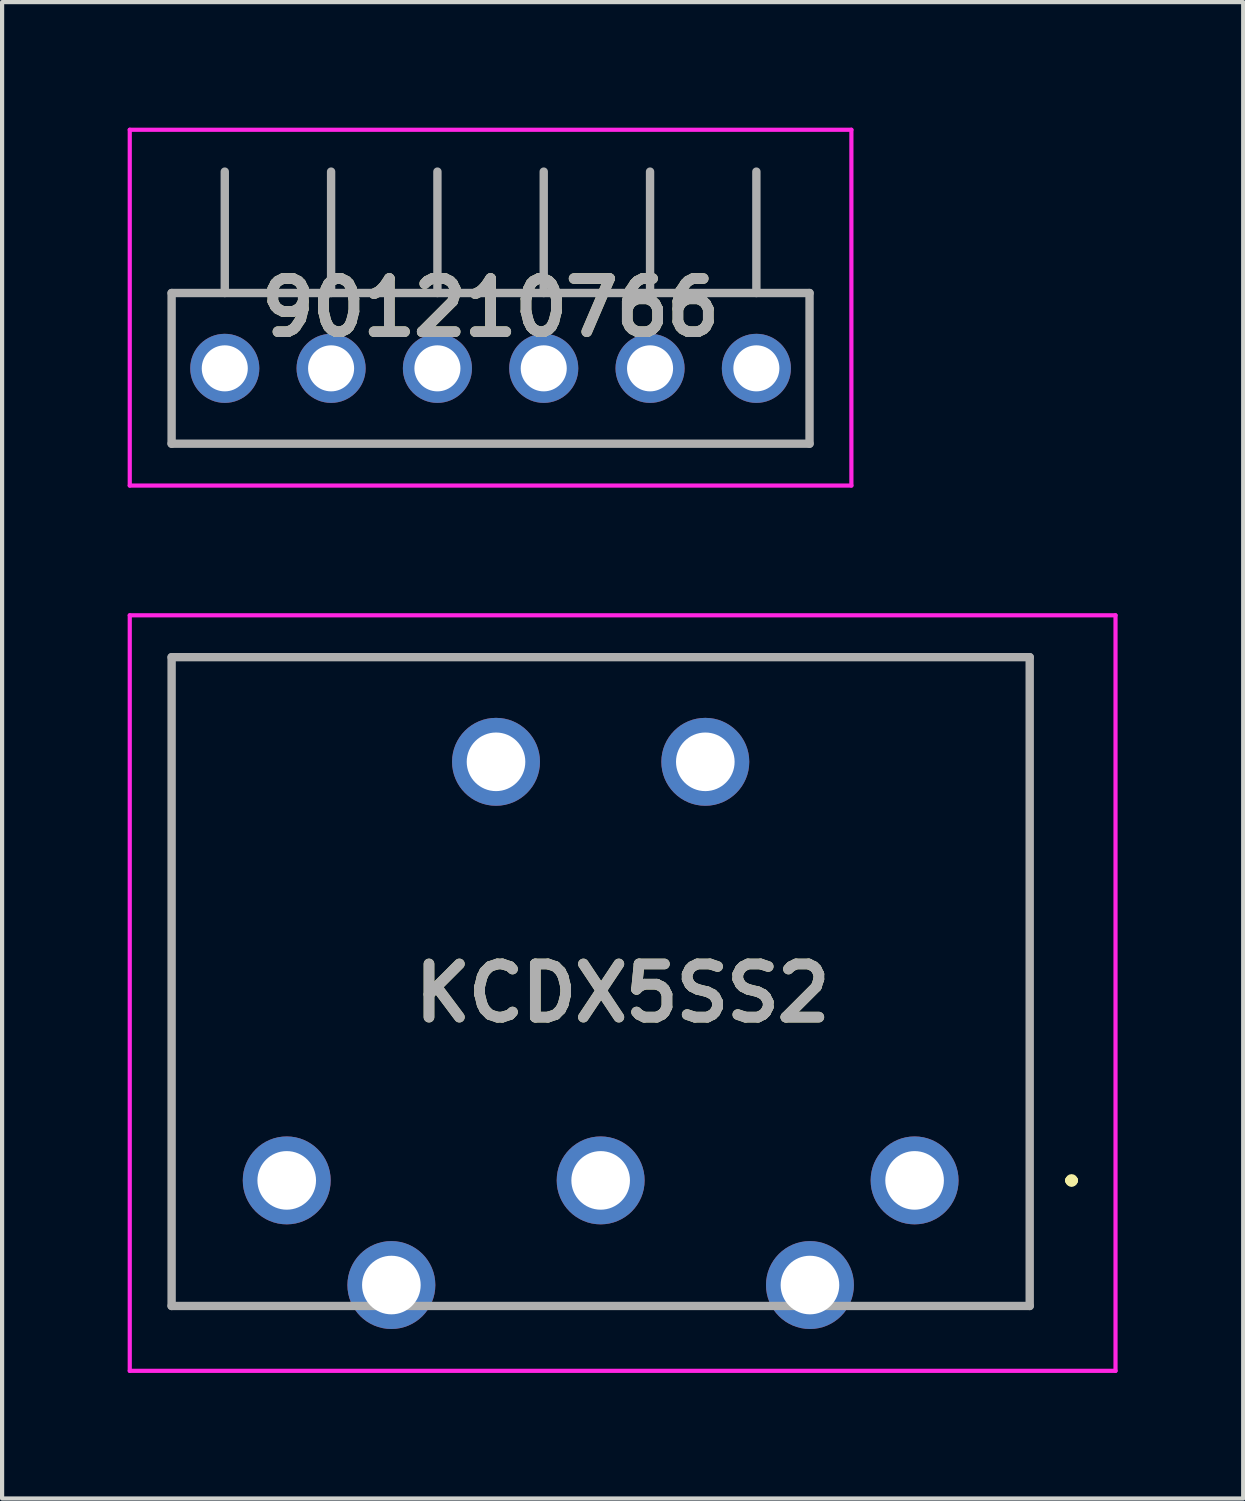
<source format=kicad_pcb>
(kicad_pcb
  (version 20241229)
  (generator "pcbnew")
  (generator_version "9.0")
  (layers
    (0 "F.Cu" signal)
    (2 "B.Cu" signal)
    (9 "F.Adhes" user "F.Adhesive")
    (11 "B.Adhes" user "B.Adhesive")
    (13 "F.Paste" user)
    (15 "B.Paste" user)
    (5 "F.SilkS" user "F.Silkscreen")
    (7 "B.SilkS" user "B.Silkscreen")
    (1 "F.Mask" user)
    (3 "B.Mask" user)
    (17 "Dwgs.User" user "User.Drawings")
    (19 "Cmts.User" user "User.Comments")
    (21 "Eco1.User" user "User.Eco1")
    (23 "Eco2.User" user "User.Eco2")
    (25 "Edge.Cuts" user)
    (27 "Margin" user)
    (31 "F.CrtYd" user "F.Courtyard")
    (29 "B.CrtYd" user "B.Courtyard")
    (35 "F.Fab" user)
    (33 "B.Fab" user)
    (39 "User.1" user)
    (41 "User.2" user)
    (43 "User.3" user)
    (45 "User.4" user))
  (footprint "KCDX5SS2"
    (layer "F.Cu")
    (at 18.8 25.15)
    (property "Reference" "KCDX5SS2" (at -6.975 -4.475 0) (layer "F.SilkS") (effects (font (size 1.27 1.27) (thickness 0.254))))
    (attr through_hole)
    (fp_line (start -17.75 -12.5) (end -17.75 -12.5) (stroke (width 0.1) (type solid)) (layer "F.SilkS"))
    (fp_line (start -17.75 -12.5) (end -17.75 -12.5) (stroke (width 0.1) (type solid)) (layer "F.SilkS"))
    (fp_line (start -17.75 -12.5) (end -17.75 3) (stroke (width 0.1) (type solid)) (layer "F.SilkS"))
    (fp_line (start -17.75 -12.5) (end 2.75 -12.5) (stroke (width 0.1) (type solid)) (layer "F.SilkS"))
    (fp_line (start -17.75 3) (end -17.75 -12.5) (stroke (width 0.1) (type solid)) (layer "F.SilkS"))
    (fp_line (start -17.75 3) (end -17.75 3) (stroke (width 0.1) (type solid)) (layer "F.SilkS"))
    (fp_line (start -17.75 3) (end -17.75 3) (stroke (width 0.1) (type solid)) (layer "F.SilkS"))
    (fp_line (start -17.75 3) (end -14.25 3) (stroke (width 0.1) (type solid)) (layer "F.SilkS"))
    (fp_line (start -14.25 3) (end -17.75 3) (stroke (width 0.1) (type solid)) (layer "F.SilkS"))
    (fp_line (start -14.25 3) (end -14.25 3) (stroke (width 0.1) (type solid)) (layer "F.SilkS"))
    (fp_line (start -10.75 3) (end -10.75 3) (stroke (width 0.1) (type solid)) (layer "F.SilkS"))
    (fp_line (start -10.75 3) (end -4.25 3) (stroke (width 0.1) (type solid)) (layer "F.SilkS"))
    (fp_line (start -4.25 3) (end -10.75 3) (stroke (width 0.1) (type solid)) (layer "F.SilkS"))
    (fp_line (start -4.25 3) (end -4.25 3) (stroke (width 0.1) (type solid)) (layer "F.SilkS"))
    (fp_line (start -0.75 3) (end -0.75 3) (stroke (width 0.1) (type solid)) (layer "F.SilkS"))
    (fp_line (start -0.75 3) (end 2.75 3) (stroke (width 0.1) (type solid)) (layer "F.SilkS"))
    (fp_line (start 2.75 -12.5) (end -17.75 -12.5) (stroke (width 0.1) (type solid)) (layer "F.SilkS"))
    (fp_line (start 2.75 -12.5) (end 2.75 -12.5) (stroke (width 0.1) (type solid)) (layer "F.SilkS"))
    (fp_line (start 2.75 -12.5) (end 2.75 -12.5) (stroke (width 0.1) (type solid)) (layer "F.SilkS"))
    (fp_line (start 2.75 -12.5) (end 2.75 3) (stroke (width 0.1) (type solid)) (layer "F.SilkS"))
    (fp_line (start 2.75 3) (end -0.75 3) (stroke (width 0.1) (type solid)) (layer "F.SilkS"))
    (fp_line (start 2.75 3) (end 2.75 -12.5) (stroke (width 0.1) (type solid)) (layer "F.SilkS"))
    (fp_line (start 2.75 3) (end 2.75 3) (stroke (width 0.1) (type solid)) (layer "F.SilkS"))
    (fp_line (start 2.75 3) (end 2.75 3) (stroke (width 0.1) (type solid)) (layer "F.SilkS"))
    (fp_line (start 3.7 0) (end 3.7 0) (stroke (width 0.2) (type solid)) (layer "F.SilkS"))
    (fp_line (start 3.7 0) (end 3.7 0) (stroke (width 0.2) (type solid)) (layer "F.SilkS"))
    (fp_line (start 3.8 0) (end 3.8 0) (stroke (width 0.2) (type solid)) (layer "F.SilkS"))
    (fp_arc (start 3.7 0) (mid 3.75 -0.05) (end 3.8 0) (stroke (width 0.2) (type solid)) (layer "F.SilkS"))
    (fp_arc (start 3.8 0) (mid 3.75 0.05) (end 3.7 0) (stroke (width 0.2) (type solid)) (layer "F.SilkS"))
    (fp_arc (start 3.8 0) (mid 3.75 0.05) (end 3.7 0) (stroke (width 0.2) (type solid)) (layer "F.SilkS"))
    (fp_line (start -18.75 -13.5) (end 4.8 -13.5) (stroke (width 0.1) (type solid)) (layer "F.CrtYd"))
    (fp_line (start -18.75 4.55) (end -18.75 -13.5) (stroke (width 0.1) (type solid)) (layer "F.CrtYd"))
    (fp_line (start 4.8 -13.5) (end 4.8 4.55) (stroke (width 0.1) (type solid)) (layer "F.CrtYd"))
    (fp_line (start 4.8 4.55) (end -18.75 4.55) (stroke (width 0.1) (type solid)) (layer "F.CrtYd"))
    (fp_line (start -17.75 -12.5) (end -17.75 3) (stroke (width 0.2) (type solid)) (layer "F.Fab"))
    (fp_line (start -17.75 3) (end 2.75 3) (stroke (width 0.2) (type solid)) (layer "F.Fab"))
    (fp_line (start 2.75 -12.5) (end -17.75 -12.5) (stroke (width 0.2) (type solid)) (layer "F.Fab"))
    (fp_line (start 2.75 3) (end 2.75 -12.5) (stroke (width 0.2) (type solid)) (layer "F.Fab"))
    (fp_text user "${REFERENCE}" (at -6.975 -4.475 0) (layer "F.Fab") (effects (font (size 1.27 1.27) (thickness 0.254))))
    (pad "1" thru_hole circle (at 0 0) (size 2.1 2.1) (drill 1.4) (layers "*.Cu" "*.Mask"))
    (pad "2" thru_hole circle (at -7.5 0) (size 2.1 2.1) (drill 1.4) (layers "*.Cu" "*.Mask"))
    (pad "3" thru_hole circle (at -15 0) (size 2.1 2.1) (drill 1.4) (layers "*.Cu" "*.Mask"))
    (pad "4" thru_hole circle (at -2.5 2.5) (size 2.1 2.1) (drill 1.4) (layers "*.Cu" "*.Mask"))
    (pad "5" thru_hole circle (at -12.5 2.5) (size 2.1 2.1) (drill 1.4) (layers "*.Cu" "*.Mask"))
    (pad "MH1" thru_hole circle (at -5 -10) (size 2.1 2.1) (drill 1.4) (layers "*.Cu" "*.Mask"))
    (pad "MH2" thru_hole circle (at -10 -10) (size 2.1 2.1) (drill 1.4) (layers "*.Cu" "*.Mask")))
  (footprint "901210766"
    (layer "F.Cu")
    (at 8.67 4.3)
    (property "Reference" "901210766" (at 0 0 0) (layer "F.SilkS") (effects (font (size 1.27 1.27) (thickness 0.254))))
    (attr through_hole)
    (fp_line (start -7.62 -0.35) (end 7.62 -0.35) (stroke (width 0.1) (type solid)) (layer "F.SilkS"))
    (fp_line (start -7.62 3.25) (end -7.62 -0.35) (stroke (width 0.1) (type solid)) (layer "F.SilkS"))
    (fp_line (start -6.35 -0.35) (end -6.35 -3.25) (stroke (width 0.1) (type solid)) (layer "F.SilkS"))
    (fp_line (start -3.81 -0.35) (end -3.81 -3.25) (stroke (width 0.1) (type solid)) (layer "F.SilkS"))
    (fp_line (start -1.27 -0.35) (end -1.27 -3.25) (stroke (width 0.1) (type solid)) (layer "F.SilkS"))
    (fp_line (start 1.27 -0.35) (end 1.27 -3.25) (stroke (width 0.1) (type solid)) (layer "F.SilkS"))
    (fp_line (start 3.81 -0.35) (end 3.81 -3.25) (stroke (width 0.1) (type solid)) (layer "F.SilkS"))
    (fp_line (start 6.35 -0.35) (end 6.35 -3.25) (stroke (width 0.1) (type solid)) (layer "F.SilkS"))
    (fp_line (start 7.62 -0.35) (end 7.62 3.25) (stroke (width 0.1) (type solid)) (layer "F.SilkS"))
    (fp_line (start 7.62 3.25) (end -7.62 3.25) (stroke (width 0.1) (type solid)) (layer "F.SilkS"))
    (fp_line (start -8.62 -4.25) (end 8.62 -4.25) (stroke (width 0.1) (type solid)) (layer "F.CrtYd"))
    (fp_line (start -8.62 4.25) (end -8.62 -4.25) (stroke (width 0.1) (type solid)) (layer "F.CrtYd"))
    (fp_line (start 8.62 -4.25) (end 8.62 4.25) (stroke (width 0.1) (type solid)) (layer "F.CrtYd"))
    (fp_line (start 8.62 4.25) (end -8.62 4.25) (stroke (width 0.1) (type solid)) (layer "F.CrtYd"))
    (fp_line (start -7.62 -0.35) (end 7.62 -0.35) (stroke (width 0.2) (type solid)) (layer "F.Fab"))
    (fp_line (start -7.62 3.25) (end -7.62 -0.35) (stroke (width 0.2) (type solid)) (layer "F.Fab"))
    (fp_line (start -6.35 -0.35) (end -6.35 -3.25) (stroke (width 0.2) (type solid)) (layer "F.Fab"))
    (fp_line (start -3.81 -0.35) (end -3.81 -3.25) (stroke (width 0.2) (type solid)) (layer "F.Fab"))
    (fp_line (start -1.27 -0.35) (end -1.27 -3.25) (stroke (width 0.2) (type solid)) (layer "F.Fab"))
    (fp_line (start 1.27 -0.35) (end 1.27 -3.25) (stroke (width 0.2) (type solid)) (layer "F.Fab"))
    (fp_line (start 3.81 -0.35) (end 3.81 -3.25) (stroke (width 0.2) (type solid)) (layer "F.Fab"))
    (fp_line (start 6.35 -0.35) (end 6.35 -3.25) (stroke (width 0.2) (type solid)) (layer "F.Fab"))
    (fp_line (start 7.62 -0.35) (end 7.62 3.25) (stroke (width 0.2) (type solid)) (layer "F.Fab"))
    (fp_line (start 7.62 3.25) (end -7.62 3.25) (stroke (width 0.2) (type solid)) (layer "F.Fab"))
    (fp_text user "${REFERENCE}" (at 0 0 0) (layer "F.Fab") (effects (font (size 1.27 1.27) (thickness 0.254))))
    (pad "1" thru_hole circle (at -6.35 1.45) (size 1.65 1.65) (drill 1.1) (layers "*.Cu" "*.Mask"))
    (pad "2" thru_hole circle (at -3.81 1.45) (size 1.65 1.65) (drill 1.1) (layers "*.Cu" "*.Mask"))
    (pad "3" thru_hole circle (at -1.27 1.45) (size 1.65 1.65) (drill 1.1) (layers "*.Cu" "*.Mask"))
    (pad "4" thru_hole circle (at 1.27 1.45) (size 1.65 1.65) (drill 1.1) (layers "*.Cu" "*.Mask"))
    (pad "5" thru_hole circle (at 3.81 1.45) (size 1.65 1.65) (drill 1.1) (layers "*.Cu" "*.Mask"))
    (pad "6" thru_hole circle (at 6.35 1.45) (size 1.65 1.65) (drill 1.1) (layers "*.Cu" "*.Mask")))
  (gr_rect
    (start -3 -3)
    (end 26.65 32.75)
    (stroke (width 0.1) (type default))
    (fill no)
    (layer "Edge.Cuts")))
</source>
